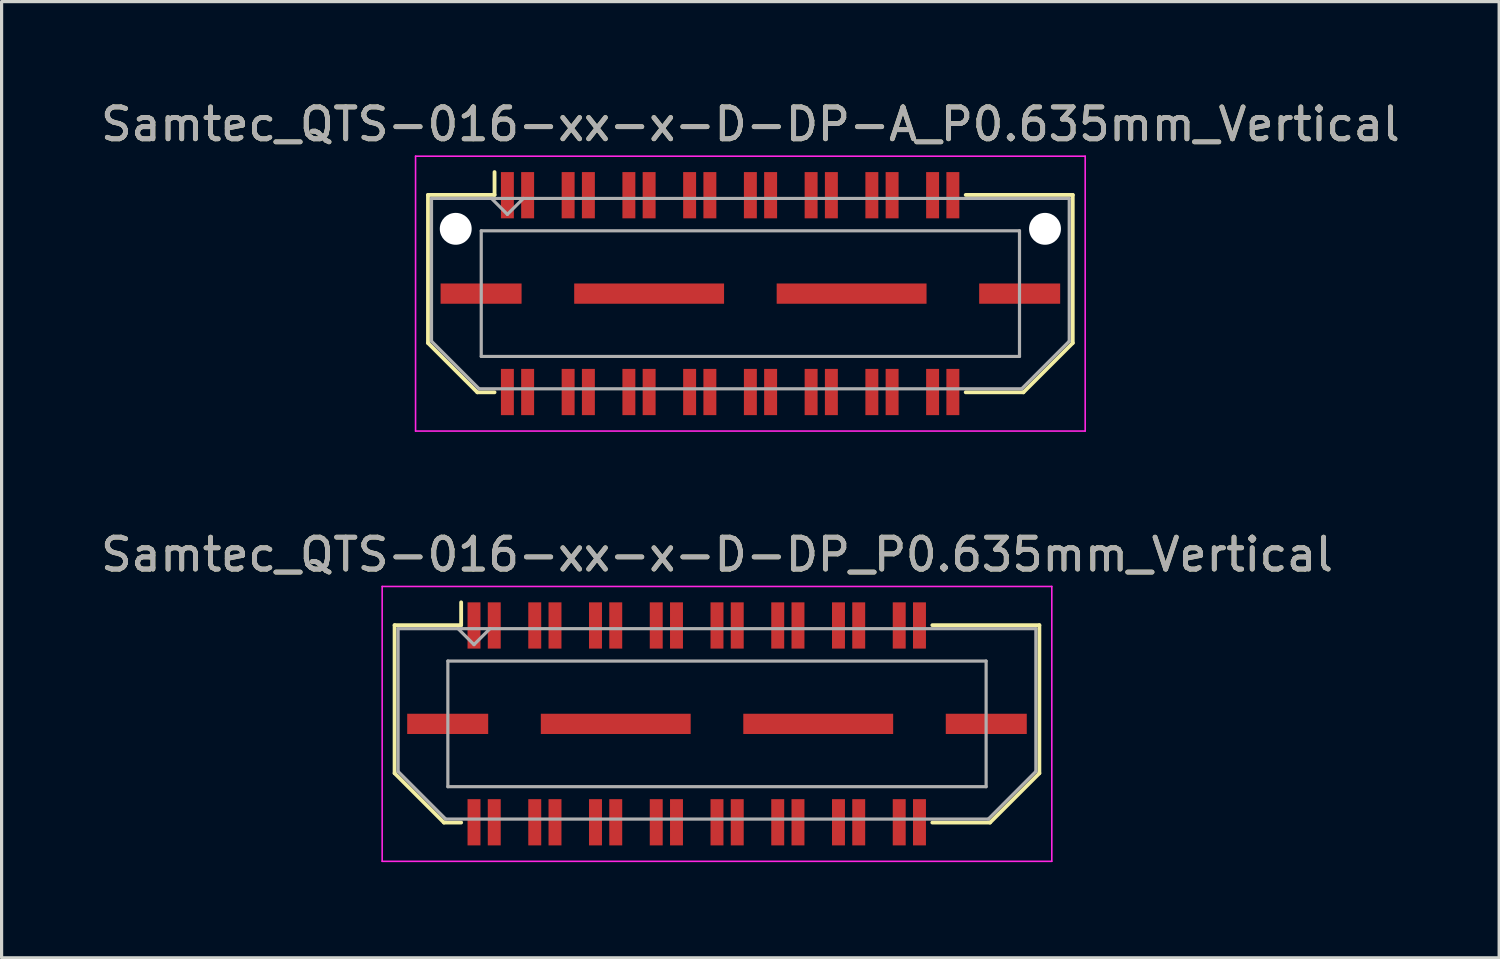
<source format=kicad_pcb>
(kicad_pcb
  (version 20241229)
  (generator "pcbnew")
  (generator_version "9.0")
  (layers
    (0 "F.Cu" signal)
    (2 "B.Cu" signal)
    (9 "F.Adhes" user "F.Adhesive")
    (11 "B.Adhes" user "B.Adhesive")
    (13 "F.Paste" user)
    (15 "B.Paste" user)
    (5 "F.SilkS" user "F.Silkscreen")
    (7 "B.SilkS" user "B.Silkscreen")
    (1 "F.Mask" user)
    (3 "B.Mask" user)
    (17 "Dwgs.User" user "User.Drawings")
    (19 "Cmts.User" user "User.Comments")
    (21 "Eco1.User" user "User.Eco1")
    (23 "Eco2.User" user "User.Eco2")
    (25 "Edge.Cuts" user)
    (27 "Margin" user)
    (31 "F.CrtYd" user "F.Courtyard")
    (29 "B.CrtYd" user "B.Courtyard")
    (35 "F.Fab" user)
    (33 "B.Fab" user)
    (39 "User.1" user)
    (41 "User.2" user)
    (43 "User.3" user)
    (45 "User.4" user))
  (footprint "Samtec_QTS-016-xx-x-D-DP-A_P0.635mm_Vertical"
    (layer "F.Cu")
    (at 20.482 6.158)
    (property "Reference" "Samtec_QTS-016-xx-x-D-DP-A_P0.635mm_Vertical" (at 0 -5.31 0) (layer "F.SilkS") (effects (font (size 1 1) (thickness 0.15))))
    (attr smd)
    (fp_line (start -10.11 -3.095) (end -10.11 1.548) (stroke (width 0.12) (type solid)) (layer "F.SilkS"))
    (fp_line (start -10.11 1.548) (end -8.562 3.095) (stroke (width 0.12) (type solid)) (layer "F.SilkS"))
    (fp_line (start -8.562 3.095) (end -8.023 3.095) (stroke (width 0.12) (type solid)) (layer "F.SilkS"))
    (fp_line (start -8.023 -3.811) (end -8.023 -3.095) (stroke (width 0.12) (type solid)) (layer "F.SilkS"))
    (fp_line (start -8.023 -3.095) (end -10.11 -3.095) (stroke (width 0.12) (type solid)) (layer "F.SilkS"))
    (fp_line (start 6.753 -3.095) (end 10.11 -3.095) (stroke (width 0.12) (type solid)) (layer "F.SilkS"))
    (fp_line (start 8.562 3.095) (end 6.753 3.095) (stroke (width 0.12) (type solid)) (layer "F.SilkS"))
    (fp_line (start 10.11 -3.095) (end 10.11 1.548) (stroke (width 0.12) (type solid)) (layer "F.SilkS"))
    (fp_line (start 10.11 1.548) (end 8.562 3.095) (stroke (width 0.12) (type solid)) (layer "F.SilkS"))
    (fp_line (start -10.5 -4.31) (end -10.5 4.31) (stroke (width 0.05) (type solid)) (layer "F.CrtYd"))
    (fp_line (start -10.5 4.31) (end 10.5 4.31) (stroke (width 0.05) (type solid)) (layer "F.CrtYd"))
    (fp_line (start 10.5 -4.31) (end -10.5 -4.31) (stroke (width 0.05) (type solid)) (layer "F.CrtYd"))
    (fp_line (start 10.5 4.31) (end 10.5 -4.31) (stroke (width 0.05) (type solid)) (layer "F.CrtYd"))
    (fp_line (start -10 -2.985) (end -10 1.492) (stroke (width 0.1) (type solid)) (layer "F.Fab"))
    (fp_line (start -10 -2.985) (end 10 -2.985) (stroke (width 0.1) (type solid)) (layer "F.Fab"))
    (fp_line (start -10 1.492) (end -8.508 2.985) (stroke (width 0.1) (type solid)) (layer "F.Fab"))
    (fp_line (start -8.508 2.985) (end 8.508 2.985) (stroke (width 0.1) (type solid)) (layer "F.Fab"))
    (fp_line (start -8.44 -1.97) (end -8.44 1.97) (stroke (width 0.1) (type solid)) (layer "F.Fab"))
    (fp_line (start -8.44 1.97) (end 8.44 1.97) (stroke (width 0.1) (type solid)) (layer "F.Fab"))
    (fp_line (start -7.62 -2.485) (end -8.12 -2.985) (stroke (width 0.1) (type solid)) (layer "F.Fab"))
    (fp_line (start -7.12 -2.985) (end -7.62 -2.485) (stroke (width 0.1) (type solid)) (layer "F.Fab"))
    (fp_line (start 8.44 -1.97) (end -8.44 -1.97) (stroke (width 0.1) (type solid)) (layer "F.Fab"))
    (fp_line (start 8.44 1.97) (end 8.44 -1.97) (stroke (width 0.1) (type solid)) (layer "F.Fab"))
    (fp_line (start 10 -2.985) (end 10 1.492) (stroke (width 0.1) (type solid)) (layer "F.Fab"))
    (fp_line (start 10 1.492) (end 8.508 2.985) (stroke (width 0.1) (type solid)) (layer "F.Fab"))
    (fp_text user "${REFERENCE}" (at 0 -5.31 0) (layer "F.Fab") (effects (font (size 1 1) (thickness 0.15))))
    (pad "" np_thru_hole circle (at -9.24 -2.032) (size 1 1) (drill 1) (layers "*.Cu" "*.Mask"))
    (pad "" np_thru_hole circle (at 9.24 -2.032) (size 1 1) (drill 1) (layers "*.Cu" "*.Mask"))
    (pad "1" smd rect (at -7.62 -3.086) (size 0.406 1.45) (layers "F.Cu" "F.Mask" "F.Paste"))
    (pad "2" smd rect (at -7.62 3.086) (size 0.406 1.45) (layers "F.Cu" "F.Mask" "F.Paste"))
    (pad "3" smd rect (at -6.985 -3.086) (size 0.406 1.45) (layers "F.Cu" "F.Mask" "F.Paste"))
    (pad "4" smd rect (at -6.985 3.086) (size 0.406 1.45) (layers "F.Cu" "F.Mask" "F.Paste"))
    (pad "5" smd rect (at -5.715 -3.086) (size 0.406 1.45) (layers "F.Cu" "F.Mask" "F.Paste"))
    (pad "6" smd rect (at -5.715 3.086) (size 0.406 1.45) (layers "F.Cu" "F.Mask" "F.Paste"))
    (pad "7" smd rect (at -5.08 -3.086) (size 0.406 1.45) (layers "F.Cu" "F.Mask" "F.Paste"))
    (pad "8" smd rect (at -5.08 3.086) (size 0.406 1.45) (layers "F.Cu" "F.Mask" "F.Paste"))
    (pad "9" smd rect (at -3.81 -3.086) (size 0.406 1.45) (layers "F.Cu" "F.Mask" "F.Paste"))
    (pad "10" smd rect (at -3.81 3.086) (size 0.406 1.45) (layers "F.Cu" "F.Mask" "F.Paste"))
    (pad "11" smd rect (at -3.175 -3.086) (size 0.406 1.45) (layers "F.Cu" "F.Mask" "F.Paste"))
    (pad "12" smd rect (at -3.175 3.086) (size 0.406 1.45) (layers "F.Cu" "F.Mask" "F.Paste"))
    (pad "13" smd rect (at -1.905 -3.086) (size 0.406 1.45) (layers "F.Cu" "F.Mask" "F.Paste"))
    (pad "14" smd rect (at -1.905 3.086) (size 0.406 1.45) (layers "F.Cu" "F.Mask" "F.Paste"))
    (pad "15" smd rect (at -1.27 -3.086) (size 0.406 1.45) (layers "F.Cu" "F.Mask" "F.Paste"))
    (pad "16" smd rect (at -1.27 3.086) (size 0.406 1.45) (layers "F.Cu" "F.Mask" "F.Paste"))
    (pad "17" smd rect (at 0 -3.086) (size 0.406 1.45) (layers "F.Cu" "F.Mask" "F.Paste"))
    (pad "18" smd rect (at 0 3.086) (size 0.406 1.45) (layers "F.Cu" "F.Mask" "F.Paste"))
    (pad "19" smd rect (at 0.635 -3.086) (size 0.406 1.45) (layers "F.Cu" "F.Mask" "F.Paste"))
    (pad "20" smd rect (at 0.635 3.086) (size 0.406 1.45) (layers "F.Cu" "F.Mask" "F.Paste"))
    (pad "21" smd rect (at 1.905 -3.086) (size 0.406 1.45) (layers "F.Cu" "F.Mask" "F.Paste"))
    (pad "22" smd rect (at 1.905 3.086) (size 0.406 1.45) (layers "F.Cu" "F.Mask" "F.Paste"))
    (pad "23" smd rect (at 2.54 -3.086) (size 0.406 1.45) (layers "F.Cu" "F.Mask" "F.Paste"))
    (pad "24" smd rect (at 2.54 3.086) (size 0.406 1.45) (layers "F.Cu" "F.Mask" "F.Paste"))
    (pad "25" smd rect (at 3.81 -3.086) (size 0.406 1.45) (layers "F.Cu" "F.Mask" "F.Paste"))
    (pad "26" smd rect (at 3.81 3.086) (size 0.406 1.45) (layers "F.Cu" "F.Mask" "F.Paste"))
    (pad "27" smd rect (at 4.445 -3.086) (size 0.406 1.45) (layers "F.Cu" "F.Mask" "F.Paste"))
    (pad "28" smd rect (at 4.445 3.086) (size 0.406 1.45) (layers "F.Cu" "F.Mask" "F.Paste"))
    (pad "29" smd rect (at 5.715 -3.086) (size 0.406 1.45) (layers "F.Cu" "F.Mask" "F.Paste"))
    (pad "30" smd rect (at 5.715 3.086) (size 0.406 1.45) (layers "F.Cu" "F.Mask" "F.Paste"))
    (pad "31" smd rect (at 6.35 -3.086) (size 0.406 1.45) (layers "F.Cu" "F.Mask" "F.Paste"))
    (pad "32" smd rect (at 6.35 3.086) (size 0.406 1.45) (layers "F.Cu" "F.Mask" "F.Paste"))
    (pad "P1" smd rect (at -8.445 0) (size 2.54 0.635) (layers "F.Cu" "F.Mask" "F.Paste"))
    (pad "P1" smd rect (at -3.175 0) (size 4.7 0.635) (layers "F.Cu" "F.Mask" "F.Paste"))
    (pad "P1" smd rect (at 3.175 0) (size 4.7 0.635) (layers "F.Cu" "F.Mask" "F.Paste"))
    (pad "P1" smd rect (at 8.445 0) (size 2.54 0.635) (layers "F.Cu" "F.Mask" "F.Paste")))
  (footprint "Samtec_QTS-016-xx-x-D-DP_P0.635mm_Vertical"
    (layer "F.Cu")
    (at 19.435 19.651)
    (property "Reference" "Samtec_QTS-016-xx-x-D-DP_P0.635mm_Vertical" (at 0 -5.31 0) (layer "F.SilkS") (effects (font (size 1 1) (thickness 0.15))))
    (attr smd)
    (fp_line (start -10.11 -3.095) (end -10.11 1.548) (stroke (width 0.12) (type solid)) (layer "F.SilkS"))
    (fp_line (start -10.11 1.548) (end -8.562 3.095) (stroke (width 0.12) (type solid)) (layer "F.SilkS"))
    (fp_line (start -8.562 3.095) (end -8.023 3.095) (stroke (width 0.12) (type solid)) (layer "F.SilkS"))
    (fp_line (start -8.023 -3.811) (end -8.023 -3.095) (stroke (width 0.12) (type solid)) (layer "F.SilkS"))
    (fp_line (start -8.023 -3.095) (end -10.11 -3.095) (stroke (width 0.12) (type solid)) (layer "F.SilkS"))
    (fp_line (start 6.753 -3.095) (end 10.11 -3.095) (stroke (width 0.12) (type solid)) (layer "F.SilkS"))
    (fp_line (start 8.562 3.095) (end 6.753 3.095) (stroke (width 0.12) (type solid)) (layer "F.SilkS"))
    (fp_line (start 10.11 -3.095) (end 10.11 1.548) (stroke (width 0.12) (type solid)) (layer "F.SilkS"))
    (fp_line (start 10.11 1.548) (end 8.562 3.095) (stroke (width 0.12) (type solid)) (layer "F.SilkS"))
    (fp_line (start -10.5 -4.31) (end -10.5 4.31) (stroke (width 0.05) (type solid)) (layer "F.CrtYd"))
    (fp_line (start -10.5 4.31) (end 10.5 4.31) (stroke (width 0.05) (type solid)) (layer "F.CrtYd"))
    (fp_line (start 10.5 -4.31) (end -10.5 -4.31) (stroke (width 0.05) (type solid)) (layer "F.CrtYd"))
    (fp_line (start 10.5 4.31) (end 10.5 -4.31) (stroke (width 0.05) (type solid)) (layer "F.CrtYd"))
    (fp_line (start -10 -2.985) (end -10 1.492) (stroke (width 0.1) (type solid)) (layer "F.Fab"))
    (fp_line (start -10 -2.985) (end 10 -2.985) (stroke (width 0.1) (type solid)) (layer "F.Fab"))
    (fp_line (start -10 1.492) (end -8.508 2.985) (stroke (width 0.1) (type solid)) (layer "F.Fab"))
    (fp_line (start -8.508 2.985) (end 8.508 2.985) (stroke (width 0.1) (type solid)) (layer "F.Fab"))
    (fp_line (start -8.44 -1.97) (end -8.44 1.97) (stroke (width 0.1) (type solid)) (layer "F.Fab"))
    (fp_line (start -8.44 1.97) (end 8.44 1.97) (stroke (width 0.1) (type solid)) (layer "F.Fab"))
    (fp_line (start -7.62 -2.485) (end -8.12 -2.985) (stroke (width 0.1) (type solid)) (layer "F.Fab"))
    (fp_line (start -7.12 -2.985) (end -7.62 -2.485) (stroke (width 0.1) (type solid)) (layer "F.Fab"))
    (fp_line (start 8.44 -1.97) (end -8.44 -1.97) (stroke (width 0.1) (type solid)) (layer "F.Fab"))
    (fp_line (start 8.44 1.97) (end 8.44 -1.97) (stroke (width 0.1) (type solid)) (layer "F.Fab"))
    (fp_line (start 10 -2.985) (end 10 1.492) (stroke (width 0.1) (type solid)) (layer "F.Fab"))
    (fp_line (start 10 1.492) (end 8.508 2.985) (stroke (width 0.1) (type solid)) (layer "F.Fab"))
    (fp_text user "${REFERENCE}" (at 0 -5.31 0) (layer "F.Fab") (effects (font (size 1 1) (thickness 0.15))))
    (pad "1" smd rect (at -7.62 -3.086) (size 0.406 1.45) (layers "F.Cu" "F.Mask" "F.Paste"))
    (pad "2" smd rect (at -7.62 3.086) (size 0.406 1.45) (layers "F.Cu" "F.Mask" "F.Paste"))
    (pad "3" smd rect (at -6.985 -3.086) (size 0.406 1.45) (layers "F.Cu" "F.Mask" "F.Paste"))
    (pad "4" smd rect (at -6.985 3.086) (size 0.406 1.45) (layers "F.Cu" "F.Mask" "F.Paste"))
    (pad "5" smd rect (at -5.715 -3.086) (size 0.406 1.45) (layers "F.Cu" "F.Mask" "F.Paste"))
    (pad "6" smd rect (at -5.715 3.086) (size 0.406 1.45) (layers "F.Cu" "F.Mask" "F.Paste"))
    (pad "7" smd rect (at -5.08 -3.086) (size 0.406 1.45) (layers "F.Cu" "F.Mask" "F.Paste"))
    (pad "8" smd rect (at -5.08 3.086) (size 0.406 1.45) (layers "F.Cu" "F.Mask" "F.Paste"))
    (pad "9" smd rect (at -3.81 -3.086) (size 0.406 1.45) (layers "F.Cu" "F.Mask" "F.Paste"))
    (pad "10" smd rect (at -3.81 3.086) (size 0.406 1.45) (layers "F.Cu" "F.Mask" "F.Paste"))
    (pad "11" smd rect (at -3.175 -3.086) (size 0.406 1.45) (layers "F.Cu" "F.Mask" "F.Paste"))
    (pad "12" smd rect (at -3.175 3.086) (size 0.406 1.45) (layers "F.Cu" "F.Mask" "F.Paste"))
    (pad "13" smd rect (at -1.905 -3.086) (size 0.406 1.45) (layers "F.Cu" "F.Mask" "F.Paste"))
    (pad "14" smd rect (at -1.905 3.086) (size 0.406 1.45) (layers "F.Cu" "F.Mask" "F.Paste"))
    (pad "15" smd rect (at -1.27 -3.086) (size 0.406 1.45) (layers "F.Cu" "F.Mask" "F.Paste"))
    (pad "16" smd rect (at -1.27 3.086) (size 0.406 1.45) (layers "F.Cu" "F.Mask" "F.Paste"))
    (pad "17" smd rect (at 0 -3.086) (size 0.406 1.45) (layers "F.Cu" "F.Mask" "F.Paste"))
    (pad "18" smd rect (at 0 3.086) (size 0.406 1.45) (layers "F.Cu" "F.Mask" "F.Paste"))
    (pad "19" smd rect (at 0.635 -3.086) (size 0.406 1.45) (layers "F.Cu" "F.Mask" "F.Paste"))
    (pad "20" smd rect (at 0.635 3.086) (size 0.406 1.45) (layers "F.Cu" "F.Mask" "F.Paste"))
    (pad "21" smd rect (at 1.905 -3.086) (size 0.406 1.45) (layers "F.Cu" "F.Mask" "F.Paste"))
    (pad "22" smd rect (at 1.905 3.086) (size 0.406 1.45) (layers "F.Cu" "F.Mask" "F.Paste"))
    (pad "23" smd rect (at 2.54 -3.086) (size 0.406 1.45) (layers "F.Cu" "F.Mask" "F.Paste"))
    (pad "24" smd rect (at 2.54 3.086) (size 0.406 1.45) (layers "F.Cu" "F.Mask" "F.Paste"))
    (pad "25" smd rect (at 3.81 -3.086) (size 0.406 1.45) (layers "F.Cu" "F.Mask" "F.Paste"))
    (pad "26" smd rect (at 3.81 3.086) (size 0.406 1.45) (layers "F.Cu" "F.Mask" "F.Paste"))
    (pad "27" smd rect (at 4.445 -3.086) (size 0.406 1.45) (layers "F.Cu" "F.Mask" "F.Paste"))
    (pad "28" smd rect (at 4.445 3.086) (size 0.406 1.45) (layers "F.Cu" "F.Mask" "F.Paste"))
    (pad "29" smd rect (at 5.715 -3.086) (size 0.406 1.45) (layers "F.Cu" "F.Mask" "F.Paste"))
    (pad "30" smd rect (at 5.715 3.086) (size 0.406 1.45) (layers "F.Cu" "F.Mask" "F.Paste"))
    (pad "31" smd rect (at 6.35 -3.086) (size 0.406 1.45) (layers "F.Cu" "F.Mask" "F.Paste"))
    (pad "32" smd rect (at 6.35 3.086) (size 0.406 1.45) (layers "F.Cu" "F.Mask" "F.Paste"))
    (pad "P1" smd rect (at -8.445 0) (size 2.54 0.635) (layers "F.Cu" "F.Mask" "F.Paste"))
    (pad "P1" smd rect (at -3.175 0) (size 4.7 0.635) (layers "F.Cu" "F.Mask" "F.Paste"))
    (pad "P1" smd rect (at 3.175 0) (size 4.7 0.635) (layers "F.Cu" "F.Mask" "F.Paste"))
    (pad "P1" smd rect (at 8.445 0) (size 2.54 0.635) (layers "F.Cu" "F.Mask" "F.Paste")))
  (gr_rect
    (start -3 -3)
    (end 43.964 26.986)
    (stroke (width 0.1) (type default))
    (fill no)
    (layer "Edge.Cuts")))
</source>
